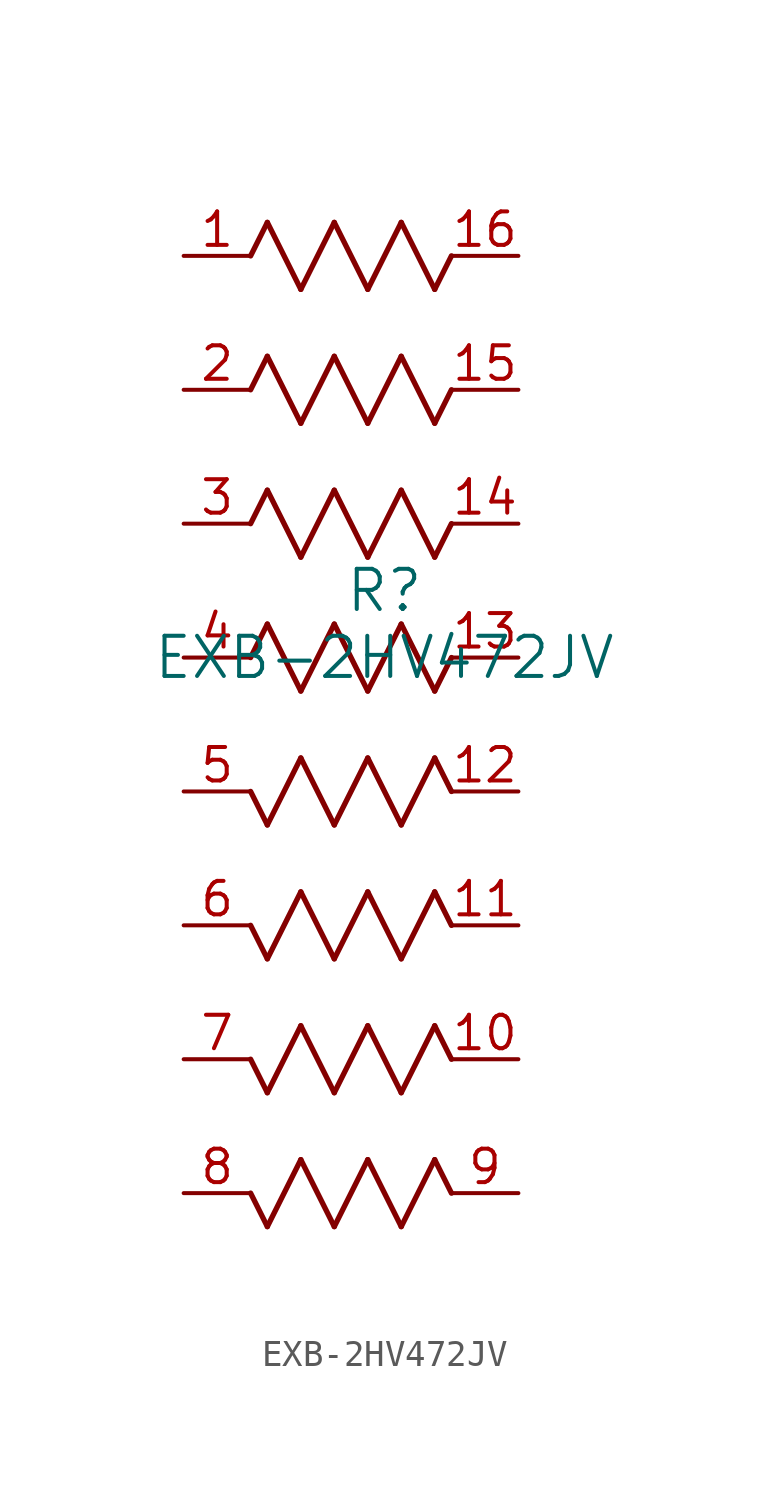
<source format=kicad_sym>
(kicad_symbol_lib
  (version 20211014)
  (generator kicad_symbol_editor)
  (symbol "EXB-2HV472JV"
    (pin_names
      (offset 0.254))
    (property "Reference" "R"
      (at 7.62 -12.7 0)
      (effects (font (size 1.524 1.524))))
    (property "Value" "EXB-2HV472JV"
      (at 7.62 -15.24 0)
      (effects (font (size 1.524 1.524))))
    (symbol "EXB-2HV472JV_0_1"
      (polyline (pts (xy 3.175 1.27) (xy 4.445 -1.27)) (stroke (width 0.203) (type default) (color 0 0 0 0)) (fill (type none)))
      (polyline (pts (xy 4.445 -1.27) (xy 5.715 1.27)) (stroke (width 0.203) (type default) (color 0 0 0 0)) (fill (type none)))
      (polyline (pts (xy 5.715 1.27) (xy 6.985 -1.27)) (stroke (width 0.203) (type default) (color 0 0 0 0)) (fill (type none)))
      (polyline (pts (xy 6.985 -1.27) (xy 8.255 1.27)) (stroke (width 0.203) (type default) (color 0 0 0 0)) (fill (type none)))
      (polyline (pts (xy 8.255 1.27) (xy 9.525 -1.27)) (stroke (width 0.203) (type default) (color 0 0 0 0)) (fill (type none)))
      (polyline (pts (xy 2.54 0) (xy 3.175 1.27)) (stroke (width 0.203) (type default) (color 0 0 0 0)) (fill (type none)))
      (polyline (pts (xy 9.525 -1.27) (xy 10.16 0)) (stroke (width 0.203) (type default) (color 0 0 0 0)) (fill (type none)))
      (polyline (pts (xy 3.175 -3.81) (xy 4.445 -6.35)) (stroke (width 0.203) (type default) (color 0 0 0 0)) (fill (type none)))
      (polyline (pts (xy 4.445 -6.35) (xy 5.715 -3.81)) (stroke (width 0.203) (type default) (color 0 0 0 0)) (fill (type none)))
      (polyline (pts (xy 5.715 -3.81) (xy 6.985 -6.35)) (stroke (width 0.203) (type default) (color 0 0 0 0)) (fill (type none)))
      (polyline (pts (xy 6.985 -6.35) (xy 8.255 -3.81)) (stroke (width 0.203) (type default) (color 0 0 0 0)) (fill (type none)))
      (polyline (pts (xy 8.255 -3.81) (xy 9.525 -6.35)) (stroke (width 0.203) (type default) (color 0 0 0 0)) (fill (type none)))
      (polyline (pts (xy 2.54 -5.08) (xy 3.175 -3.81)) (stroke (width 0.203) (type default) (color 0 0 0 0)) (fill (type none)))
      (polyline (pts (xy 9.525 -6.35) (xy 10.16 -5.08)) (stroke (width 0.203) (type default) (color 0 0 0 0)) (fill (type none)))
      (polyline (pts (xy 3.175 -8.89) (xy 4.445 -11.43)) (stroke (width 0.203) (type default) (color 0 0 0 0)) (fill (type none)))
      (polyline (pts (xy 4.445 -11.43) (xy 5.715 -8.89)) (stroke (width 0.203) (type default) (color 0 0 0 0)) (fill (type none)))
      (polyline (pts (xy 5.715 -8.89) (xy 6.985 -11.43)) (stroke (width 0.203) (type default) (color 0 0 0 0)) (fill (type none)))
      (polyline (pts (xy 6.985 -11.43) (xy 8.255 -8.89)) (stroke (width 0.203) (type default) (color 0 0 0 0)) (fill (type none)))
      (polyline (pts (xy 8.255 -8.89) (xy 9.525 -11.43)) (stroke (width 0.203) (type default) (color 0 0 0 0)) (fill (type none)))
      (polyline (pts (xy 2.54 -10.16) (xy 3.175 -8.89)) (stroke (width 0.203) (type default) (color 0 0 0 0)) (fill (type none)))
      (polyline (pts (xy 9.525 -11.43) (xy 10.16 -10.16)) (stroke (width 0.203) (type default) (color 0 0 0 0)) (fill (type none)))
      (polyline (pts (xy 3.175 -13.97) (xy 4.445 -16.51)) (stroke (width 0.203) (type default) (color 0 0 0 0)) (fill (type none)))
      (polyline (pts (xy 4.445 -16.51) (xy 5.715 -13.97)) (stroke (width 0.203) (type default) (color 0 0 0 0)) (fill (type none)))
      (polyline (pts (xy 5.715 -13.97) (xy 6.985 -16.51)) (stroke (width 0.203) (type default) (color 0 0 0 0)) (fill (type none)))
      (polyline (pts (xy 6.985 -16.51) (xy 8.255 -13.97)) (stroke (width 0.203) (type default) (color 0 0 0 0)) (fill (type none)))
      (polyline (pts (xy 8.255 -13.97) (xy 9.525 -16.51)) (stroke (width 0.203) (type default) (color 0 0 0 0)) (fill (type none)))
      (polyline (pts (xy 2.54 -15.24) (xy 3.175 -13.97)) (stroke (width 0.203) (type default) (color 0 0 0 0)) (fill (type none)))
      (polyline (pts (xy 9.525 -16.51) (xy 10.16 -15.24)) (stroke (width 0.203) (type default) (color 0 0 0 0)) (fill (type none)))
      (polyline (pts (xy 9.525 -34.29) (xy 8.255 -36.83)) (stroke (width 0.203) (type default) (color 0 0 0 0)) (fill (type none)))
      (polyline (pts (xy 8.255 -36.83) (xy 6.985 -34.29)) (stroke (width 0.203) (type default) (color 0 0 0 0)) (fill (type none)))
      (polyline (pts (xy 6.985 -34.29) (xy 5.715 -36.83)) (stroke (width 0.203) (type default) (color 0 0 0 0)) (fill (type none)))
      (polyline (pts (xy 5.715 -36.83) (xy 4.445 -34.29)) (stroke (width 0.203) (type default) (color 0 0 0 0)) (fill (type none)))
      (polyline (pts (xy 4.445 -34.29) (xy 3.175 -36.83)) (stroke (width 0.203) (type default) (color 0 0 0 0)) (fill (type none)))
      (polyline (pts (xy 10.16 -35.56) (xy 9.525 -34.29)) (stroke (width 0.203) (type default) (color 0 0 0 0)) (fill (type none)))
      (polyline (pts (xy 3.175 -36.83) (xy 2.54 -35.56)) (stroke (width 0.203) (type default) (color 0 0 0 0)) (fill (type none)))
      (polyline (pts (xy 9.525 -29.21) (xy 8.255 -31.75)) (stroke (width 0.203) (type default) (color 0 0 0 0)) (fill (type none)))
      (polyline (pts (xy 8.255 -31.75) (xy 6.985 -29.21)) (stroke (width 0.203) (type default) (color 0 0 0 0)) (fill (type none)))
      (polyline (pts (xy 6.985 -29.21) (xy 5.715 -31.75)) (stroke (width 0.203) (type default) (color 0 0 0 0)) (fill (type none)))
      (polyline (pts (xy 5.715 -31.75) (xy 4.445 -29.21)) (stroke (width 0.203) (type default) (color 0 0 0 0)) (fill (type none)))
      (polyline (pts (xy 4.445 -29.21) (xy 3.175 -31.75)) (stroke (width 0.203) (type default) (color 0 0 0 0)) (fill (type none)))
      (polyline (pts (xy 10.16 -30.48) (xy 9.525 -29.21)) (stroke (width 0.203) (type default) (color 0 0 0 0)) (fill (type none)))
      (polyline (pts (xy 3.175 -31.75) (xy 2.54 -30.48)) (stroke (width 0.203) (type default) (color 0 0 0 0)) (fill (type none)))
      (polyline (pts (xy 9.525 -24.13) (xy 8.255 -26.67)) (stroke (width 0.203) (type default) (color 0 0 0 0)) (fill (type none)))
      (polyline (pts (xy 8.255 -26.67) (xy 6.985 -24.13)) (stroke (width 0.203) (type default) (color 0 0 0 0)) (fill (type none)))
      (polyline (pts (xy 6.985 -24.13) (xy 5.715 -26.67)) (stroke (width 0.203) (type default) (color 0 0 0 0)) (fill (type none)))
      (polyline (pts (xy 5.715 -26.67) (xy 4.445 -24.13)) (stroke (width 0.203) (type default) (color 0 0 0 0)) (fill (type none)))
      (polyline (pts (xy 4.445 -24.13) (xy 3.175 -26.67)) (stroke (width 0.203) (type default) (color 0 0 0 0)) (fill (type none)))
      (polyline (pts (xy 10.16 -25.4) (xy 9.525 -24.13)) (stroke (width 0.203) (type default) (color 0 0 0 0)) (fill (type none)))
      (polyline (pts (xy 3.175 -26.67) (xy 2.54 -25.4)) (stroke (width 0.203) (type default) (color 0 0 0 0)) (fill (type none)))
      (polyline (pts (xy 9.525 -19.05) (xy 8.255 -21.59)) (stroke (width 0.203) (type default) (color 0 0 0 0)) (fill (type none)))
      (polyline (pts (xy 8.255 -21.59) (xy 6.985 -19.05)) (stroke (width 0.203) (type default) (color 0 0 0 0)) (fill (type none)))
      (polyline (pts (xy 6.985 -19.05) (xy 5.715 -21.59)) (stroke (width 0.203) (type default) (color 0 0 0 0)) (fill (type none)))
      (polyline (pts (xy 5.715 -21.59) (xy 4.445 -19.05)) (stroke (width 0.203) (type default) (color 0 0 0 0)) (fill (type none)))
      (polyline (pts (xy 4.445 -19.05) (xy 3.175 -21.59)) (stroke (width 0.203) (type default) (color 0 0 0 0)) (fill (type none)))
      (polyline (pts (xy 10.16 -20.32) (xy 9.525 -19.05)) (stroke (width 0.203) (type default) (color 0 0 0 0)) (fill (type none)))
      (polyline (pts (xy 3.175 -21.59) (xy 2.54 -20.32)) (stroke (width 0.203) (type default) (color 0 0 0 0)) (fill (type none)))
      (pin unspecified line (at 0 0 0) (length 2.54) (name "" (effects (font (size 1.27 1.27)))) (number "1" (effects (font (size 1.27 1.27)))))
      (pin unspecified line (at 12.7 0 180) (length 2.54) (name "" (effects (font (size 1.27 1.27)))) (number "16" (effects (font (size 1.27 1.27)))))
      (pin unspecified line (at 0 -5.08 0) (length 2.54) (name "" (effects (font (size 1.27 1.27)))) (number "2" (effects (font (size 1.27 1.27)))))
      (pin unspecified line (at 12.7 -5.08 180) (length 2.54) (name "" (effects (font (size 1.27 1.27)))) (number "15" (effects (font (size 1.27 1.27)))))
      (pin unspecified line (at 0 -10.16 0) (length 2.54) (name "" (effects (font (size 1.27 1.27)))) (number "3" (effects (font (size 1.27 1.27)))))
      (pin unspecified line (at 12.7 -10.16 180) (length 2.54) (name "" (effects (font (size 1.27 1.27)))) (number "14" (effects (font (size 1.27 1.27)))))
      (pin unspecified line (at 0 -15.24 0) (length 2.54) (name "" (effects (font (size 1.27 1.27)))) (number "4" (effects (font (size 1.27 1.27)))))
      (pin unspecified line (at 12.7 -15.24 180) (length 2.54) (name "" (effects (font (size 1.27 1.27)))) (number "13" (effects (font (size 1.27 1.27)))))
      (pin unspecified line (at 12.7 -30.48 180) (length 2.54) (name "" (effects (font (size 1.27 1.27)))) (number "10" (effects (font (size 1.27 1.27)))))
      (pin unspecified line (at 12.7 -25.4 180) (length 2.54) (name "" (effects (font (size 1.27 1.27)))) (number "11" (effects (font (size 1.27 1.27)))))
      (pin unspecified line (at 12.7 -20.32 180) (length 2.54) (name "" (effects (font (size 1.27 1.27)))) (number "12" (effects (font (size 1.27 1.27)))))
      (pin unspecified line (at 12.7 -35.56 180) (length 2.54) (name "" (effects (font (size 1.27 1.27)))) (number "9" (effects (font (size 1.27 1.27)))))
      (pin unspecified line (at 0 -35.56 0) (length 2.54) (name "" (effects (font (size 1.27 1.27)))) (number "8" (effects (font (size 1.27 1.27)))))
      (pin unspecified line (at 0 -30.48 0) (length 2.54) (name "" (effects (font (size 1.27 1.27)))) (number "7" (effects (font (size 1.27 1.27)))))
      (pin unspecified line (at 0 -25.4 0) (length 2.54) (name "" (effects (font (size 1.27 1.27)))) (number "6" (effects (font (size 1.27 1.27)))))
      (pin unspecified line (at 0 -20.32 0) (length 2.54) (name "" (effects (font (size 1.27 1.27)))) (number "5" (effects (font (size 1.27 1.27))))))))
</source>
